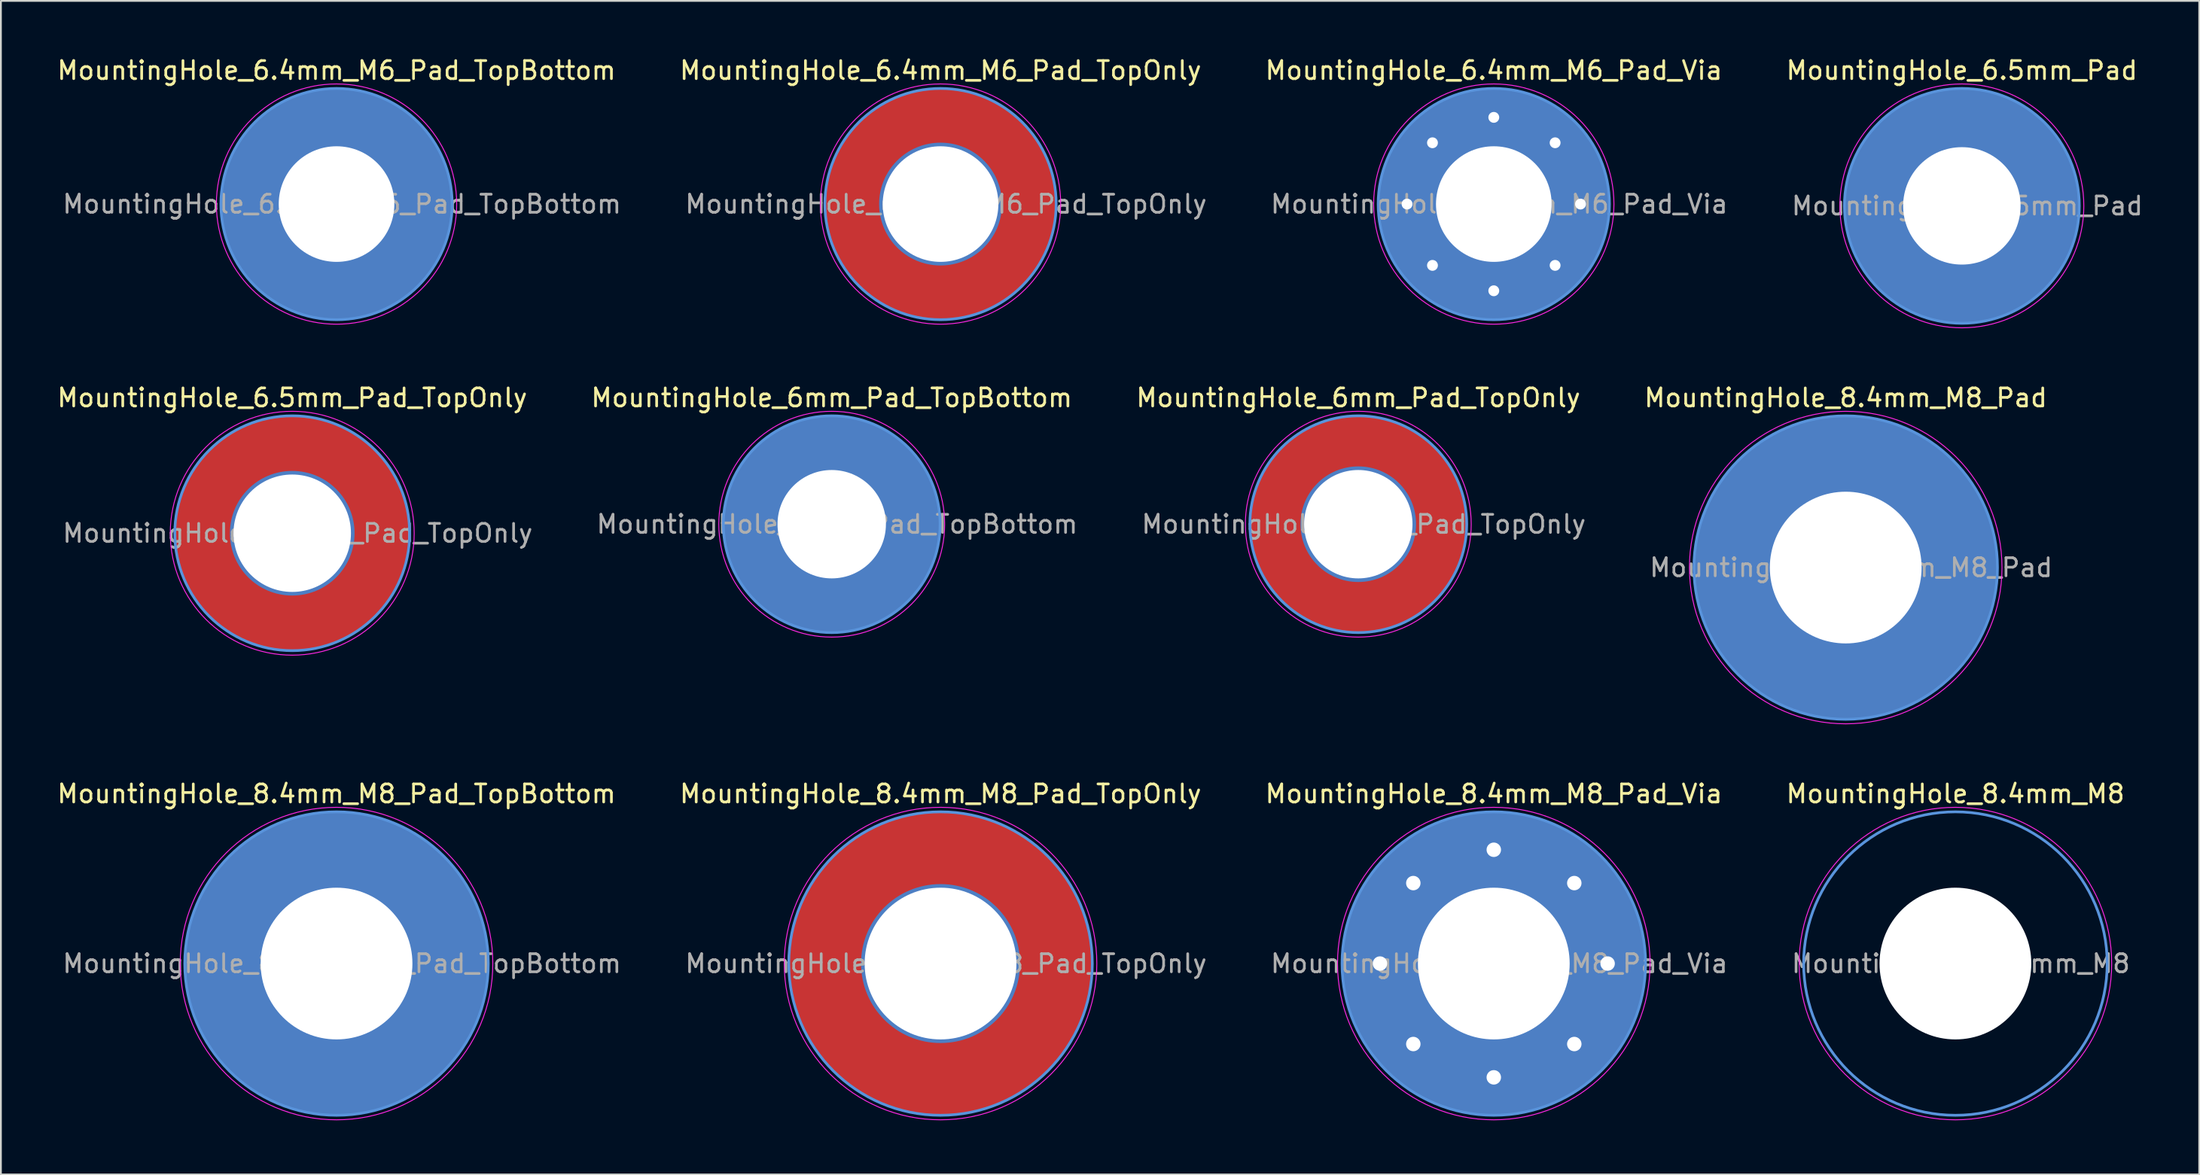
<source format=kicad_pcb>
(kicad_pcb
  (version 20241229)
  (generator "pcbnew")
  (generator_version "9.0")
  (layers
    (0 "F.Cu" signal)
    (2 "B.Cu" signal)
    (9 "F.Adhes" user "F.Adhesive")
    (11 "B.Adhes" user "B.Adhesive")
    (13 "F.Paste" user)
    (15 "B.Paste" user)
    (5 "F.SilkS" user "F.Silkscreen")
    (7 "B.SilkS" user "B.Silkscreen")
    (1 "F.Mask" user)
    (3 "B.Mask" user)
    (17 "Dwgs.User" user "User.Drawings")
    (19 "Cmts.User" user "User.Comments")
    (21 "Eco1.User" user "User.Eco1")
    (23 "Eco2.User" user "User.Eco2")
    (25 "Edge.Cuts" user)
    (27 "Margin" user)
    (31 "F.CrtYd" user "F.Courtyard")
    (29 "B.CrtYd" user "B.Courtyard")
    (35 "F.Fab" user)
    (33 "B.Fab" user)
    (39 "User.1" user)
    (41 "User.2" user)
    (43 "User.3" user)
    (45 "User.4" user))
  (footprint "MountingHole_6mm_Pad_TopBottom"
    (layer "F.Cu")
    (at 42.985 25.971)
    (property "Reference" "MountingHole_6mm_Pad_TopBottom" (at 0 -7 0) (layer "F.SilkS") (effects (font (size 1 1) (thickness 0.15))))
    (attr exclude_from_pos_files exclude_from_bom)
    (fp_circle (center 0 0) (end 6 0) (stroke (width 0.15) (type solid)) (fill no) (layer "Cmts.User"))
    (fp_circle (center 0 0) (end 6.25 0) (stroke (width 0.05) (type solid)) (fill no) (layer "F.CrtYd"))
    (fp_text user "${REFERENCE}" (at 0.3 0 0) (layer "F.Fab") (effects (font (size 1 1) (thickness 0.15))))
    (pad "1" thru_hole circle (at 0 0) (size 6.4 6.4) (drill 6) (layers "*.Cu" "*.Mask"))
    (pad "1" connect circle (at 0 0) (size 12 12) (layers "F.Cu" "F.Mask"))
    (pad "1" connect circle (at 0 0) (size 12 12) (layers "B.Cu" "B.Mask")))
  (footprint "MountingHole_8.4mm_M8"
    (layer "F.Cu")
    (at 105.18 50.295)
    (property "Reference" "MountingHole_8.4mm_M8" (at 0 -9.4 0) (layer "F.SilkS") (effects (font (size 1 1) (thickness 0.15))))
    (attr exclude_from_pos_files exclude_from_bom)
    (fp_circle (center 0 0) (end 8.4 0) (stroke (width 0.15) (type solid)) (fill no) (layer "Cmts.User"))
    (fp_circle (center 0 0) (end 8.65 0) (stroke (width 0.05) (type solid)) (fill no) (layer "F.CrtYd"))
    (fp_text user "${REFERENCE}" (at 0.3 0 0) (layer "F.Fab") (effects (font (size 1 1) (thickness 0.15))))
    (pad "" np_thru_hole circle (at 0 0) (size 8.4 8.4) (drill 8.4) (layers "*.Cu" "*.Mask")))
  (footprint "MountingHole_8.4mm_M8_Pad_TopBottom"
    (layer "F.Cu")
    (at 15.577 50.295)
    (property "Reference" "MountingHole_8.4mm_M8_Pad_TopBottom" (at 0 -9.4 0) (layer "F.SilkS") (effects (font (size 1 1) (thickness 0.15))))
    (attr exclude_from_pos_files exclude_from_bom)
    (fp_circle (center 0 0) (end 8.4 0) (stroke (width 0.15) (type solid)) (fill no) (layer "Cmts.User"))
    (fp_circle (center 0 0) (end 8.65 0) (stroke (width 0.05) (type solid)) (fill no) (layer "F.CrtYd"))
    (fp_text user "${REFERENCE}" (at 0.3 0 0) (layer "F.Fab") (effects (font (size 1 1) (thickness 0.15))))
    (pad "1" thru_hole circle (at 0 0) (size 8.8 8.8) (drill 8.4) (layers "*.Cu" "*.Mask"))
    (pad "1" connect circle (at 0 0) (size 16.8 16.8) (layers "F.Cu" "F.Mask"))
    (pad "1" connect circle (at 0 0) (size 16.8 16.8) (layers "B.Cu" "B.Mask")))
  (footprint "MountingHole_8.4mm_M8_Pad_Via"
    (layer "F.Cu")
    (at 79.63 50.295)
    (property "Reference" "MountingHole_8.4mm_M8_Pad_Via" (at 0 -9.4 0) (layer "F.SilkS") (effects (font (size 1 1) (thickness 0.15))))
    (attr exclude_from_pos_files exclude_from_bom)
    (fp_circle (center 0 0) (end 8.4 0) (stroke (width 0.15) (type solid)) (fill no) (layer "Cmts.User"))
    (fp_circle (center 0 0) (end 8.65 0) (stroke (width 0.05) (type solid)) (fill no) (layer "F.CrtYd"))
    (fp_text user "${REFERENCE}" (at 0.3 0 0) (layer "F.Fab") (effects (font (size 1 1) (thickness 0.15))))
    (pad "" thru_hole circle (at -6.3 0) (size 1.1 1.1) (drill 0.8) (layers "*.Cu" "*.Mask"))
    (pad "" thru_hole circle (at -4.455 -4.455) (size 1.1 1.1) (drill 0.8) (layers "*.Cu" "*.Mask"))
    (pad "" thru_hole circle (at -4.455 4.455) (size 1.1 1.1) (drill 0.8) (layers "*.Cu" "*.Mask"))
    (pad "" thru_hole circle (at 0 -6.3) (size 1.1 1.1) (drill 0.8) (layers "*.Cu" "*.Mask"))
    (pad "" thru_hole circle (at 0 6.3) (size 1.1 1.1) (drill 0.8) (layers "*.Cu" "*.Mask"))
    (pad "" thru_hole circle (at 4.455 -4.455) (size 1.1 1.1) (drill 0.8) (layers "*.Cu" "*.Mask"))
    (pad "" thru_hole circle (at 4.455 4.455) (size 1.1 1.1) (drill 0.8) (layers "*.Cu" "*.Mask"))
    (pad "" thru_hole circle (at 6.3 0) (size 1.1 1.1) (drill 0.8) (layers "*.Cu" "*.Mask"))
    (pad "1" thru_hole circle (at 0 0) (size 16.8 16.8) (drill 8.4) (layers "*.Cu" "*.Mask")))
  (footprint "MountingHole_6.5mm_Pad_TopOnly"
    (layer "F.Cu")
    (at 13.125 26.471)
    (property "Reference" "MountingHole_6.5mm_Pad_TopOnly" (at 0 -7.5 0) (layer "F.SilkS") (effects (font (size 1 1) (thickness 0.15))))
    (attr exclude_from_pos_files exclude_from_bom)
    (fp_circle (center 0 0) (end 6.5 0) (stroke (width 0.15) (type solid)) (fill no) (layer "Cmts.User"))
    (fp_circle (center 0 0) (end 6.75 0) (stroke (width 0.05) (type solid)) (fill no) (layer "F.CrtYd"))
    (fp_text user "${REFERENCE}" (at 0.3 0 0) (layer "F.Fab") (effects (font (size 1 1) (thickness 0.15))))
    (pad "1" thru_hole circle (at 0 0) (size 6.9 6.9) (drill 6.5) (layers "*.Cu" "*.Mask"))
    (pad "1" connect circle (at 0 0) (size 13 13) (layers "F.Cu" "F.Mask")))
  (footprint "MountingHole_8.4mm_M8_Pad"
    (layer "F.Cu")
    (at 99.108 28.372)
    (property "Reference" "MountingHole_8.4mm_M8_Pad" (at 0 -9.4 0) (layer "F.SilkS") (effects (font (size 1 1) (thickness 0.15))))
    (attr exclude_from_pos_files exclude_from_bom)
    (fp_circle (center 0 0) (end 8.4 0) (stroke (width 0.15) (type solid)) (fill no) (layer "Cmts.User"))
    (fp_circle (center 0 0) (end 8.65 0) (stroke (width 0.05) (type solid)) (fill no) (layer "F.CrtYd"))
    (fp_text user "${REFERENCE}" (at 0.3 0 0) (layer "F.Fab") (effects (font (size 1 1) (thickness 0.15))))
    (pad "1" thru_hole circle (at 0 0) (size 16.8 16.8) (drill 8.4) (layers "*.Cu" "*.Mask")))
  (footprint "MountingHole_6.4mm_M6_Pad_TopBottom"
    (layer "F.Cu")
    (at 15.577 8.248)
    (property "Reference" "MountingHole_6.4mm_M6_Pad_TopBottom" (at 0 -7.4 0) (layer "F.SilkS") (effects (font (size 1 1) (thickness 0.15))))
    (attr exclude_from_pos_files exclude_from_bom)
    (fp_circle (center 0 0) (end 6.4 0) (stroke (width 0.15) (type solid)) (fill no) (layer "Cmts.User"))
    (fp_circle (center 0 0) (end 6.65 0) (stroke (width 0.05) (type solid)) (fill no) (layer "F.CrtYd"))
    (fp_text user "${REFERENCE}" (at 0.3 0 0) (layer "F.Fab") (effects (font (size 1 1) (thickness 0.15))))
    (pad "1" thru_hole circle (at 0 0) (size 6.8 6.8) (drill 6.4) (layers "*.Cu" "*.Mask"))
    (pad "1" connect circle (at 0 0) (size 12.8 12.8) (layers "F.Cu" "F.Mask"))
    (pad "1" connect circle (at 0 0) (size 12.8 12.8) (layers "B.Cu" "B.Mask")))
  (footprint "MountingHole_6.4mm_M6_Pad_TopOnly"
    (layer "F.Cu")
    (at 49.008 8.248)
    (property "Reference" "MountingHole_6.4mm_M6_Pad_TopOnly" (at 0 -7.4 0) (layer "F.SilkS") (effects (font (size 1 1) (thickness 0.15))))
    (attr exclude_from_pos_files exclude_from_bom)
    (fp_circle (center 0 0) (end 6.4 0) (stroke (width 0.15) (type solid)) (fill no) (layer "Cmts.User"))
    (fp_circle (center 0 0) (end 6.65 0) (stroke (width 0.05) (type solid)) (fill no) (layer "F.CrtYd"))
    (fp_text user "${REFERENCE}" (at 0.3 0 0) (layer "F.Fab") (effects (font (size 1 1) (thickness 0.15))))
    (pad "1" thru_hole circle (at 0 0) (size 6.8 6.8) (drill 6.4) (layers "*.Cu" "*.Mask"))
    (pad "1" connect circle (at 0 0) (size 12.8 12.8) (layers "F.Cu" "F.Mask")))
  (footprint "MountingHole_8.4mm_M8_Pad_TopOnly"
    (layer "F.Cu")
    (at 49.008 50.295)
    (property "Reference" "MountingHole_8.4mm_M8_Pad_TopOnly" (at 0 -9.4 0) (layer "F.SilkS") (effects (font (size 1 1) (thickness 0.15))))
    (attr exclude_from_pos_files exclude_from_bom)
    (fp_circle (center 0 0) (end 8.4 0) (stroke (width 0.15) (type solid)) (fill no) (layer "Cmts.User"))
    (fp_circle (center 0 0) (end 8.65 0) (stroke (width 0.05) (type solid)) (fill no) (layer "F.CrtYd"))
    (fp_text user "${REFERENCE}" (at 0.3 0 0) (layer "F.Fab") (effects (font (size 1 1) (thickness 0.15))))
    (pad "1" thru_hole circle (at 0 0) (size 8.8 8.8) (drill 8.4) (layers "*.Cu" "*.Mask"))
    (pad "1" connect circle (at 0 0) (size 16.8 16.8) (layers "F.Cu" "F.Mask")))
  (footprint "MountingHole_6.4mm_M6_Pad_Via"
    (layer "F.Cu")
    (at 79.63 8.248)
    (property "Reference" "MountingHole_6.4mm_M6_Pad_Via" (at 0 -7.4 0) (layer "F.SilkS") (effects (font (size 1 1) (thickness 0.15))))
    (attr exclude_from_pos_files exclude_from_bom)
    (fp_circle (center 0 0) (end 6.4 0) (stroke (width 0.15) (type solid)) (fill no) (layer "Cmts.User"))
    (fp_circle (center 0 0) (end 6.65 0) (stroke (width 0.05) (type solid)) (fill no) (layer "F.CrtYd"))
    (fp_text user "${REFERENCE}" (at 0.3 0 0) (layer "F.Fab") (effects (font (size 1 1) (thickness 0.15))))
    (pad "" thru_hole circle (at -4.8 0) (size 0.9 0.9) (drill 0.6) (layers "*.Cu" "*.Mask"))
    (pad "" thru_hole circle (at -3.394 -3.394) (size 0.9 0.9) (drill 0.6) (layers "*.Cu" "*.Mask"))
    (pad "" thru_hole circle (at -3.394 3.394) (size 0.9 0.9) (drill 0.6) (layers "*.Cu" "*.Mask"))
    (pad "" thru_hole circle (at 0 -4.8) (size 0.9 0.9) (drill 0.6) (layers "*.Cu" "*.Mask"))
    (pad "" thru_hole circle (at 0 4.8) (size 0.9 0.9) (drill 0.6) (layers "*.Cu" "*.Mask"))
    (pad "" thru_hole circle (at 3.394 -3.394) (size 0.9 0.9) (drill 0.6) (layers "*.Cu" "*.Mask"))
    (pad "" thru_hole circle (at 3.394 3.394) (size 0.9 0.9) (drill 0.6) (layers "*.Cu" "*.Mask"))
    (pad "" thru_hole circle (at 4.8 0) (size 0.9 0.9) (drill 0.6) (layers "*.Cu" "*.Mask"))
    (pad "1" thru_hole circle (at 0 0) (size 12.8 12.8) (drill 6.4) (layers "*.Cu" "*.Mask")))
  (footprint "MountingHole_6.5mm_Pad"
    (layer "F.Cu")
    (at 105.537 8.348)
    (property "Reference" "MountingHole_6.5mm_Pad" (at 0 -7.5 0) (layer "F.SilkS") (effects (font (size 1 1) (thickness 0.15))))
    (attr exclude_from_pos_files exclude_from_bom)
    (fp_circle (center 0 0) (end 6.5 0) (stroke (width 0.15) (type solid)) (fill no) (layer "Cmts.User"))
    (fp_circle (center 0 0) (end 6.75 0) (stroke (width 0.05) (type solid)) (fill no) (layer "F.CrtYd"))
    (fp_text user "${REFERENCE}" (at 0.3 0 0) (layer "F.Fab") (effects (font (size 1 1) (thickness 0.15))))
    (pad "1" thru_hole circle (at 0 0) (size 13 13) (drill 6.5) (layers "*.Cu" "*.Mask")))
  (footprint "MountingHole_6mm_Pad_TopOnly"
    (layer "F.Cu")
    (at 72.13 25.971)
    (property "Reference" "MountingHole_6mm_Pad_TopOnly" (at 0 -7 0) (layer "F.SilkS") (effects (font (size 1 1) (thickness 0.15))))
    (attr exclude_from_pos_files exclude_from_bom)
    (fp_circle (center 0 0) (end 6 0) (stroke (width 0.15) (type solid)) (fill no) (layer "Cmts.User"))
    (fp_circle (center 0 0) (end 6.25 0) (stroke (width 0.05) (type solid)) (fill no) (layer "F.CrtYd"))
    (fp_text user "${REFERENCE}" (at 0.3 0 0) (layer "F.Fab") (effects (font (size 1 1) (thickness 0.15))))
    (pad "1" thru_hole circle (at 0 0) (size 6.4 6.4) (drill 6) (layers "*.Cu" "*.Mask"))
    (pad "1" connect circle (at 0 0) (size 12 12) (layers "F.Cu" "F.Mask")))
  (gr_rect
    (start -3 -3)
    (end 118.676 61.97)
    (stroke (width 0.1) (type default))
    (fill no)
    (layer "Edge.Cuts")))
</source>
